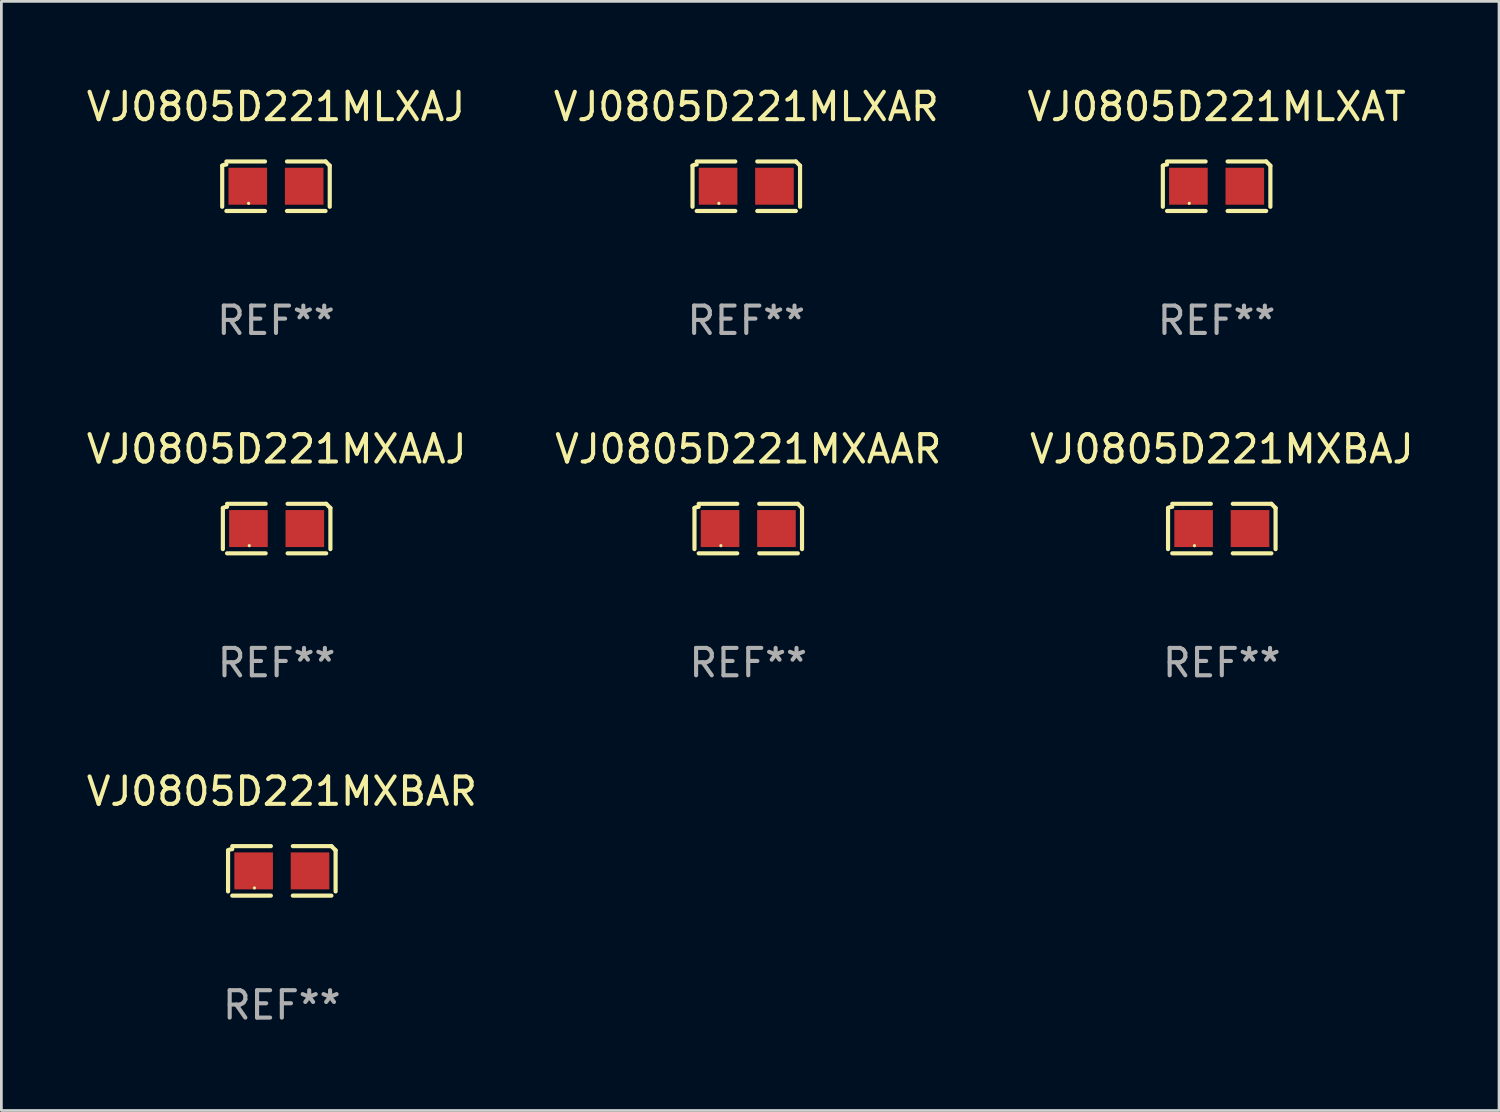
<source format=kicad_pcb>
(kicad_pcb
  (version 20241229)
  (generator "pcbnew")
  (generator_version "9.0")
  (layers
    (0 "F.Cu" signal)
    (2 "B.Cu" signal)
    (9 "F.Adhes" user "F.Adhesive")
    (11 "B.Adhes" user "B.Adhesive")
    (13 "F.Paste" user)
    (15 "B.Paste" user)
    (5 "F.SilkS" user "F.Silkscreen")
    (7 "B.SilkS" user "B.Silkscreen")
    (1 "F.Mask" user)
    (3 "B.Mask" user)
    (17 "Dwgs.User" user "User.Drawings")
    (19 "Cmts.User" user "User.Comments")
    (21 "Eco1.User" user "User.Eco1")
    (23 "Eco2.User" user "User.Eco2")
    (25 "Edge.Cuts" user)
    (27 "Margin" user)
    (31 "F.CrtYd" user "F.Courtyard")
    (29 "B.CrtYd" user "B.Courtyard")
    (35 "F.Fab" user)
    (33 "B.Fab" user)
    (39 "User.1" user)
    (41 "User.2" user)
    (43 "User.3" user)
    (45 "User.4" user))
  (footprint "VJ0805D221MXBAJ"
    (layer "F.Cu")
    (at 41.577 16.256)
    (property "Reference" "VJ0805D221MXBAJ" (at 0 -2.904 0) (layer "F.SilkS") (effects (font (size 1 1) (thickness 0.15))))
    (attr through_hole)
    (fp_line (start -1.964 0.751) (end -1.964 -0.751) (stroke (width 0.152) (type solid)) (layer "F.SilkS"))
    (fp_line (start -1.811 -0.904) (end -0.401 -0.904) (stroke (width 0.152) (type solid)) (layer "F.SilkS"))
    (fp_line (start -0.401 0.904) (end -1.811 0.904) (stroke (width 0.152) (type solid)) (layer "F.SilkS"))
    (fp_line (start 0.401 0.904) (end 1.811 0.904) (stroke (width 0.152) (type solid)) (layer "F.SilkS"))
    (fp_line (start 1.811 -0.904) (end 0.401 -0.904) (stroke (width 0.152) (type solid)) (layer "F.SilkS"))
    (fp_line (start 1.964 0.751) (end 1.964 -0.751) (stroke (width 0.152) (type solid)) (layer "F.SilkS"))
    (fp_arc (start -1.963602 -0.751207) (mid -1.890354 -0.783131) (end -1.811201 -0.794044) (stroke (width 0.1524) (type solid)) (layer "F.SilkS"))
    (fp_arc (start 1.811202 -0.903607) (mid 1.887413 -0.827418) (end 1.963602 -0.751207) (stroke (width 0.1524) (type solid)) (layer "F.SilkS"))
    (fp_circle (center -1 0.625) (end -0.97 0.625) (stroke (width 0.06) (type solid)) (fill no) (layer "F.SilkS"))
    (fp_text user "REF**" (at 0 4.904 0) (layer "F.Fab") (effects (font (size 1 1) (thickness 0.15))))
    (pad "1" smd rect (at -1.03 0) (size 1.41 1.35) (layers "F.Cu" "F.Mask" "F.Paste"))
    (pad "2" smd rect (at 1.03 0) (size 1.41 1.35) (layers "F.Cu" "F.Mask" "F.Paste")))
  (footprint "VJ0805D221MXAAR"
    (layer "F.Cu")
    (at 24.28 16.256)
    (property "Reference" "VJ0805D221MXAAR" (at 0 -2.904 0) (layer "F.SilkS") (effects (font (size 1 1) (thickness 0.15))))
    (attr through_hole)
    (fp_line (start -1.964 0.751) (end -1.964 -0.751) (stroke (width 0.152) (type solid)) (layer "F.SilkS"))
    (fp_line (start -1.811 -0.904) (end -0.401 -0.904) (stroke (width 0.152) (type solid)) (layer "F.SilkS"))
    (fp_line (start -0.401 0.904) (end -1.811 0.904) (stroke (width 0.152) (type solid)) (layer "F.SilkS"))
    (fp_line (start 0.401 0.904) (end 1.811 0.904) (stroke (width 0.152) (type solid)) (layer "F.SilkS"))
    (fp_line (start 1.811 -0.904) (end 0.401 -0.904) (stroke (width 0.152) (type solid)) (layer "F.SilkS"))
    (fp_line (start 1.964 0.751) (end 1.964 -0.751) (stroke (width 0.152) (type solid)) (layer "F.SilkS"))
    (fp_arc (start -1.963602 -0.751207) (mid -1.890354 -0.783131) (end -1.811201 -0.794044) (stroke (width 0.1524) (type solid)) (layer "F.SilkS"))
    (fp_arc (start 1.811202 -0.903607) (mid 1.887413 -0.827418) (end 1.963602 -0.751207) (stroke (width 0.1524) (type solid)) (layer "F.SilkS"))
    (fp_circle (center -1 0.625) (end -0.97 0.625) (stroke (width 0.06) (type solid)) (fill no) (layer "F.SilkS"))
    (fp_text user "REF**" (at 0 4.904 0) (layer "F.Fab") (effects (font (size 1 1) (thickness 0.15))))
    (pad "1" smd rect (at -1.03 0) (size 1.41 1.35) (layers "F.Cu" "F.Mask" "F.Paste"))
    (pad "2" smd rect (at 1.03 0) (size 1.41 1.35) (layers "F.Cu" "F.Mask" "F.Paste")))
  (footprint "VJ0805D221MLXAR"
    (layer "F.Cu")
    (at 24.208 3.752)
    (property "Reference" "VJ0805D221MLXAR" (at 0 -2.904 0) (layer "F.SilkS") (effects (font (size 1 1) (thickness 0.15))))
    (attr through_hole)
    (fp_line (start -1.964 0.751) (end -1.964 -0.751) (stroke (width 0.152) (type solid)) (layer "F.SilkS"))
    (fp_line (start -1.811 -0.904) (end -0.401 -0.904) (stroke (width 0.152) (type solid)) (layer "F.SilkS"))
    (fp_line (start -0.401 0.904) (end -1.811 0.904) (stroke (width 0.152) (type solid)) (layer "F.SilkS"))
    (fp_line (start 0.401 0.904) (end 1.811 0.904) (stroke (width 0.152) (type solid)) (layer "F.SilkS"))
    (fp_line (start 1.811 -0.904) (end 0.401 -0.904) (stroke (width 0.152) (type solid)) (layer "F.SilkS"))
    (fp_line (start 1.964 0.751) (end 1.964 -0.751) (stroke (width 0.152) (type solid)) (layer "F.SilkS"))
    (fp_arc (start -1.963602 -0.751207) (mid -1.890354 -0.783131) (end -1.811201 -0.794044) (stroke (width 0.1524) (type solid)) (layer "F.SilkS"))
    (fp_arc (start 1.811202 -0.903607) (mid 1.887413 -0.827418) (end 1.963602 -0.751207) (stroke (width 0.1524) (type solid)) (layer "F.SilkS"))
    (fp_circle (center -1 0.625) (end -0.97 0.625) (stroke (width 0.06) (type solid)) (fill no) (layer "F.SilkS"))
    (fp_text user "REF**" (at 0 4.904 0) (layer "F.Fab") (effects (font (size 1 1) (thickness 0.15))))
    (pad "1" smd rect (at -1.03 0) (size 1.41 1.35) (layers "F.Cu" "F.Mask" "F.Paste"))
    (pad "2" smd rect (at 1.03 0) (size 1.41 1.35) (layers "F.Cu" "F.Mask" "F.Paste")))
  (footprint "VJ0805D221MXBAR"
    (layer "F.Cu")
    (at 7.244 28.759)
    (property "Reference" "VJ0805D221MXBAR" (at 0 -2.904 0) (layer "F.SilkS") (effects (font (size 1 1) (thickness 0.15))))
    (attr through_hole)
    (fp_line (start -1.964 0.751) (end -1.964 -0.751) (stroke (width 0.152) (type solid)) (layer "F.SilkS"))
    (fp_line (start -1.811 -0.904) (end -0.401 -0.904) (stroke (width 0.152) (type solid)) (layer "F.SilkS"))
    (fp_line (start -0.401 0.904) (end -1.811 0.904) (stroke (width 0.152) (type solid)) (layer "F.SilkS"))
    (fp_line (start 0.401 0.904) (end 1.811 0.904) (stroke (width 0.152) (type solid)) (layer "F.SilkS"))
    (fp_line (start 1.811 -0.904) (end 0.401 -0.904) (stroke (width 0.152) (type solid)) (layer "F.SilkS"))
    (fp_line (start 1.964 0.751) (end 1.964 -0.751) (stroke (width 0.152) (type solid)) (layer "F.SilkS"))
    (fp_arc (start -1.963602 -0.751207) (mid -1.890354 -0.783131) (end -1.811201 -0.794044) (stroke (width 0.1524) (type solid)) (layer "F.SilkS"))
    (fp_arc (start 1.811202 -0.903607) (mid 1.887413 -0.827418) (end 1.963602 -0.751207) (stroke (width 0.1524) (type solid)) (layer "F.SilkS"))
    (fp_circle (center -1 0.625) (end -0.97 0.625) (stroke (width 0.06) (type solid)) (fill no) (layer "F.SilkS"))
    (fp_text user "REF**" (at 0 4.904 0) (layer "F.Fab") (effects (font (size 1 1) (thickness 0.15))))
    (pad "1" smd rect (at -1.03 0) (size 1.41 1.35) (layers "F.Cu" "F.Mask" "F.Paste"))
    (pad "2" smd rect (at 1.03 0) (size 1.41 1.35) (layers "F.Cu" "F.Mask" "F.Paste")))
  (footprint "VJ0805D221MLXAJ"
    (layer "F.Cu")
    (at 7.03 3.752)
    (property "Reference" "VJ0805D221MLXAJ" (at 0 -2.904 0) (layer "F.SilkS") (effects (font (size 1 1) (thickness 0.15))))
    (attr through_hole)
    (fp_line (start -1.964 0.751) (end -1.964 -0.751) (stroke (width 0.152) (type solid)) (layer "F.SilkS"))
    (fp_line (start -1.811 -0.904) (end -0.401 -0.904) (stroke (width 0.152) (type solid)) (layer "F.SilkS"))
    (fp_line (start -0.401 0.904) (end -1.811 0.904) (stroke (width 0.152) (type solid)) (layer "F.SilkS"))
    (fp_line (start 0.401 0.904) (end 1.811 0.904) (stroke (width 0.152) (type solid)) (layer "F.SilkS"))
    (fp_line (start 1.811 -0.904) (end 0.401 -0.904) (stroke (width 0.152) (type solid)) (layer "F.SilkS"))
    (fp_line (start 1.964 0.751) (end 1.964 -0.751) (stroke (width 0.152) (type solid)) (layer "F.SilkS"))
    (fp_arc (start -1.963602 -0.751207) (mid -1.890354 -0.783131) (end -1.811201 -0.794044) (stroke (width 0.1524) (type solid)) (layer "F.SilkS"))
    (fp_arc (start 1.811202 -0.903607) (mid 1.887413 -0.827418) (end 1.963602 -0.751207) (stroke (width 0.1524) (type solid)) (layer "F.SilkS"))
    (fp_circle (center -1 0.625) (end -0.97 0.625) (stroke (width 0.06) (type solid)) (fill no) (layer "F.SilkS"))
    (fp_text user "REF**" (at 0 4.904 0) (layer "F.Fab") (effects (font (size 1 1) (thickness 0.15))))
    (pad "1" smd rect (at -1.03 0) (size 1.41 1.35) (layers "F.Cu" "F.Mask" "F.Paste"))
    (pad "2" smd rect (at 1.03 0) (size 1.41 1.35) (layers "F.Cu" "F.Mask" "F.Paste")))
  (footprint "VJ0805D221MLXAT"
    (layer "F.Cu")
    (at 41.387 3.752)
    (property "Reference" "VJ0805D221MLXAT" (at 0 -2.904 0) (layer "F.SilkS") (effects (font (size 1 1) (thickness 0.15))))
    (attr through_hole)
    (fp_line (start -1.964 0.751) (end -1.964 -0.751) (stroke (width 0.152) (type solid)) (layer "F.SilkS"))
    (fp_line (start -1.811 -0.904) (end -0.401 -0.904) (stroke (width 0.152) (type solid)) (layer "F.SilkS"))
    (fp_line (start -0.401 0.904) (end -1.811 0.904) (stroke (width 0.152) (type solid)) (layer "F.SilkS"))
    (fp_line (start 0.401 0.904) (end 1.811 0.904) (stroke (width 0.152) (type solid)) (layer "F.SilkS"))
    (fp_line (start 1.811 -0.904) (end 0.401 -0.904) (stroke (width 0.152) (type solid)) (layer "F.SilkS"))
    (fp_line (start 1.964 0.751) (end 1.964 -0.751) (stroke (width 0.152) (type solid)) (layer "F.SilkS"))
    (fp_arc (start -1.963602 -0.751207) (mid -1.890354 -0.783131) (end -1.811201 -0.794044) (stroke (width 0.1524) (type solid)) (layer "F.SilkS"))
    (fp_arc (start 1.811202 -0.903607) (mid 1.887413 -0.827418) (end 1.963602 -0.751207) (stroke (width 0.1524) (type solid)) (layer "F.SilkS"))
    (fp_circle (center -1 0.625) (end -0.97 0.625) (stroke (width 0.06) (type solid)) (fill no) (layer "F.SilkS"))
    (fp_text user "REF**" (at 0 4.904 0) (layer "F.Fab") (effects (font (size 1 1) (thickness 0.15))))
    (pad "1" smd rect (at -1.03 0) (size 1.41 1.35) (layers "F.Cu" "F.Mask" "F.Paste"))
    (pad "2" smd rect (at 1.03 0) (size 1.41 1.35) (layers "F.Cu" "F.Mask" "F.Paste")))
  (footprint "VJ0805D221MXAAJ"
    (layer "F.Cu")
    (at 7.054 16.256)
    (property "Reference" "VJ0805D221MXAAJ" (at 0 -2.904 0) (layer "F.SilkS") (effects (font (size 1 1) (thickness 0.15))))
    (attr through_hole)
    (fp_line (start -1.964 0.751) (end -1.964 -0.751) (stroke (width 0.152) (type solid)) (layer "F.SilkS"))
    (fp_line (start -1.811 -0.904) (end -0.401 -0.904) (stroke (width 0.152) (type solid)) (layer "F.SilkS"))
    (fp_line (start -0.401 0.904) (end -1.811 0.904) (stroke (width 0.152) (type solid)) (layer "F.SilkS"))
    (fp_line (start 0.401 0.904) (end 1.811 0.904) (stroke (width 0.152) (type solid)) (layer "F.SilkS"))
    (fp_line (start 1.811 -0.904) (end 0.401 -0.904) (stroke (width 0.152) (type solid)) (layer "F.SilkS"))
    (fp_line (start 1.964 0.751) (end 1.964 -0.751) (stroke (width 0.152) (type solid)) (layer "F.SilkS"))
    (fp_arc (start -1.963602 -0.751207) (mid -1.890354 -0.783131) (end -1.811201 -0.794044) (stroke (width 0.1524) (type solid)) (layer "F.SilkS"))
    (fp_arc (start 1.811202 -0.903607) (mid 1.887413 -0.827418) (end 1.963602 -0.751207) (stroke (width 0.1524) (type solid)) (layer "F.SilkS"))
    (fp_circle (center -1 0.625) (end -0.97 0.625) (stroke (width 0.06) (type solid)) (fill no) (layer "F.SilkS"))
    (fp_text user "REF**" (at 0 4.904 0) (layer "F.Fab") (effects (font (size 1 1) (thickness 0.15))))
    (pad "1" smd rect (at -1.03 0) (size 1.41 1.35) (layers "F.Cu" "F.Mask" "F.Paste"))
    (pad "2" smd rect (at 1.03 0) (size 1.41 1.35) (layers "F.Cu" "F.Mask" "F.Paste")))
  (gr_rect
    (start -3 -3)
    (end 51.702 37.511)
    (stroke (width 0.1) (type default))
    (fill no)
    (layer "Edge.Cuts")))
</source>
